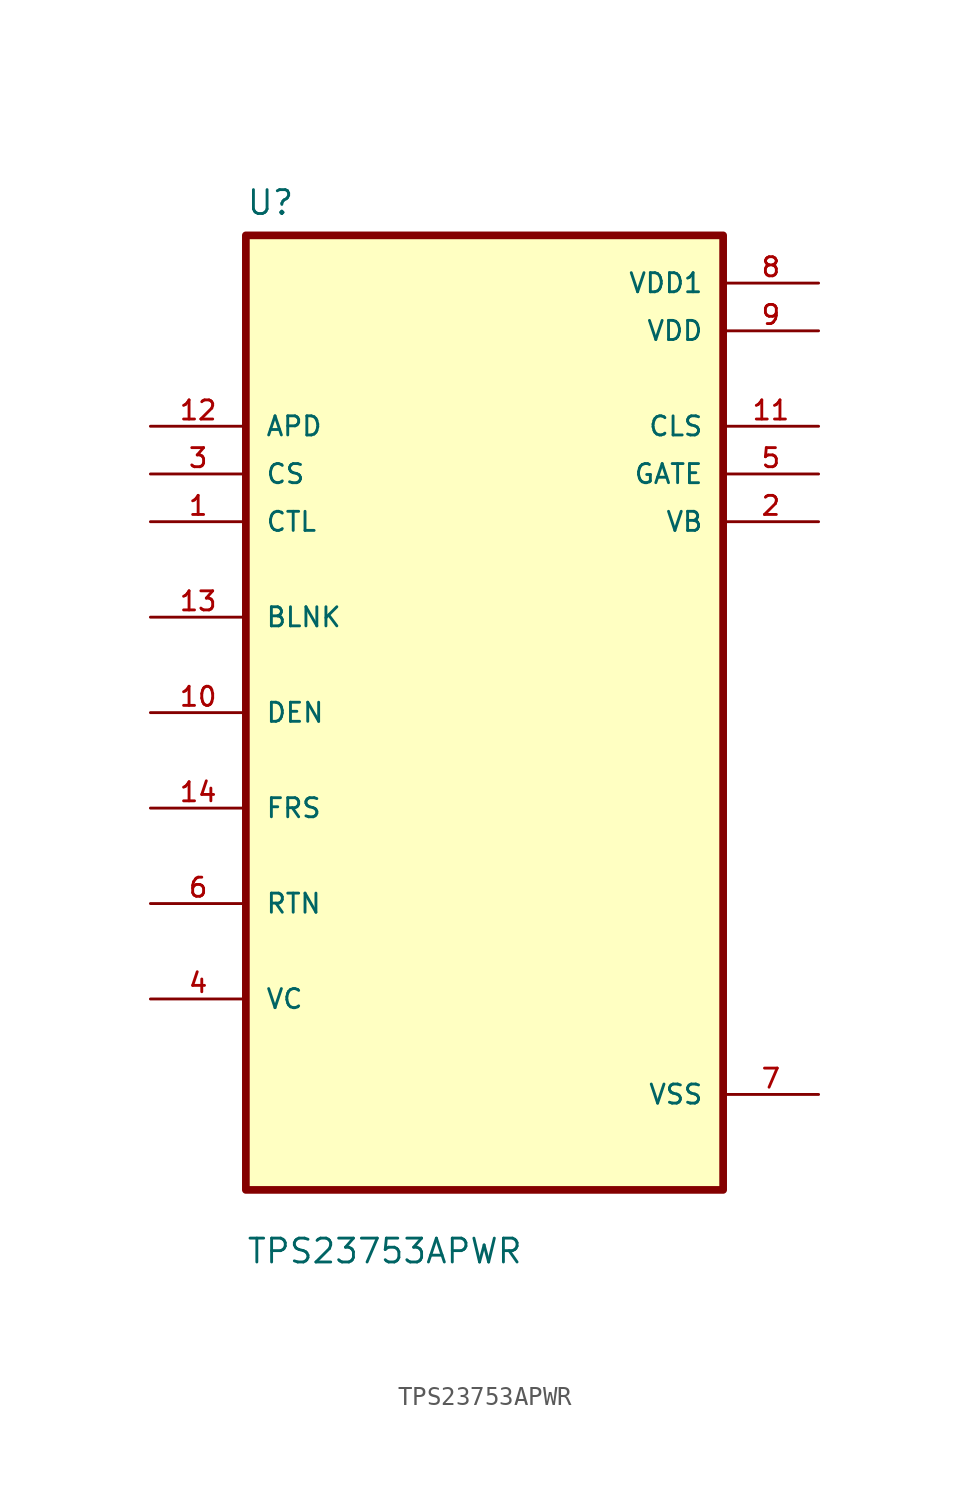
<source format=kicad_sym>
(kicad_symbol_lib
  (version 20211014)
  (generator kicad_symbol_editor)
  (symbol "TPS23753APWR"
    (pin_names
      (offset 1.016))
    (property "Reference" "U"
      (at -12.7 26.4 0.0)
      (effects (font (size 1.27 1.27)) (justify bottom left)))
    (property "Value" "TPS23753APWR"
      (at -12.7 -29.4 0.0)
      (effects (font (size 1.27 1.27)) (justify bottom left)))
    (symbol "TPS23753APWR_0_0"
      (rectangle (start -12.7 -25.4) (end 12.7 25.4) (stroke (width 0.41)) (fill (type background)))
      (pin input line (at -17.78 15.24 0) (length 5.08) (name "APD" (effects (font (size 1.016 1.016)))) (number "12" (effects (font (size 1.016 1.016)))))
      (pin input line (at -17.78 12.7 0) (length 5.08) (name "CS" (effects (font (size 1.016 1.016)))) (number "3" (effects (font (size 1.016 1.016)))))
      (pin input line (at -17.78 10.16 0) (length 5.08) (name "CTL" (effects (font (size 1.016 1.016)))) (number "1" (effects (font (size 1.016 1.016)))))
      (pin bidirectional line (at -17.78 5.08 0) (length 5.08) (name "BLNK" (effects (font (size 1.016 1.016)))) (number "13" (effects (font (size 1.016 1.016)))))
      (pin bidirectional line (at -17.78 0.0 0) (length 5.08) (name "DEN" (effects (font (size 1.016 1.016)))) (number "10" (effects (font (size 1.016 1.016)))))
      (pin bidirectional line (at -17.78 -5.08 0) (length 5.08) (name "FRS" (effects (font (size 1.016 1.016)))) (number "14" (effects (font (size 1.016 1.016)))))
      (pin bidirectional line (at -17.78 -10.16 0) (length 5.08) (name "RTN" (effects (font (size 1.016 1.016)))) (number "6" (effects (font (size 1.016 1.016)))))
      (pin bidirectional line (at -17.78 -15.24 0) (length 5.08) (name "VC" (effects (font (size 1.016 1.016)))) (number "4" (effects (font (size 1.016 1.016)))))
      (pin power_in line (at 17.78 22.86 180.0) (length 5.08) (name "VDD1" (effects (font (size 1.016 1.016)))) (number "8" (effects (font (size 1.016 1.016)))))
      (pin power_in line (at 17.78 20.32 180.0) (length 5.08) (name "VDD" (effects (font (size 1.016 1.016)))) (number "9" (effects (font (size 1.016 1.016)))))
      (pin output line (at 17.78 15.24 180.0) (length 5.08) (name "CLS" (effects (font (size 1.016 1.016)))) (number "11" (effects (font (size 1.016 1.016)))))
      (pin output line (at 17.78 12.7 180.0) (length 5.08) (name "GATE" (effects (font (size 1.016 1.016)))) (number "5" (effects (font (size 1.016 1.016)))))
      (pin output line (at 17.78 10.16 180.0) (length 5.08) (name "VB" (effects (font (size 1.016 1.016)))) (number "2" (effects (font (size 1.016 1.016)))))
      (pin power_in line (at 17.78 -20.32 180.0) (length 5.08) (name "VSS" (effects (font (size 1.016 1.016)))) (number "7" (effects (font (size 1.016 1.016))))))))
</source>
